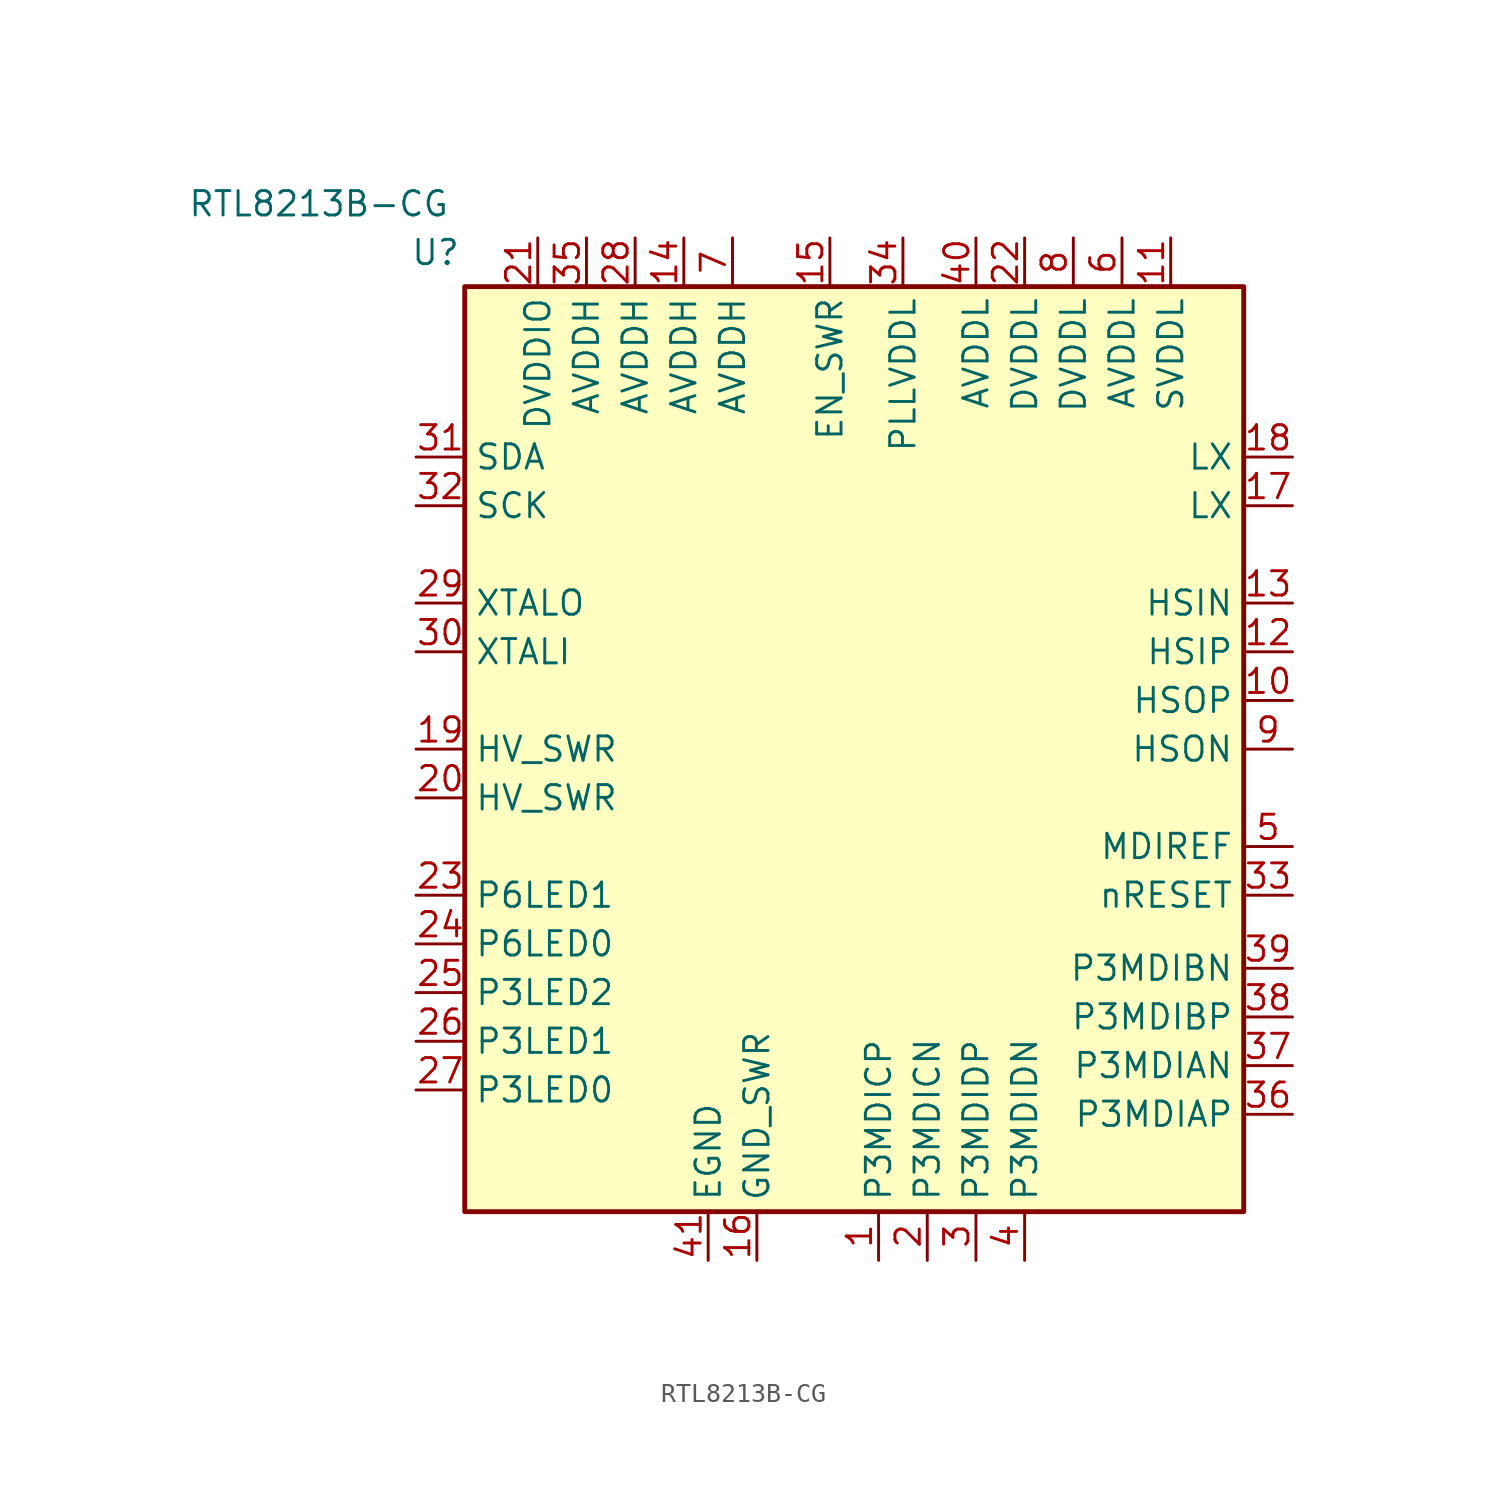
<source format=kicad_sym>
(kicad_symbol_lib
  (version 20231120)
  (generator "kicad_symbol_editor")
  (generator_version "8.0")
  (symbol "RTL8213B-CG"
    (property "Reference" "U"
      (at -23.114 24.638 0)
      (effects (font (size 1.27 1.27))))
    (property "Value" "RTL8213B-CG"
      (at -29.21 27.178 0)
      (effects (font (size 1.27 1.27))))
    (symbol "RTL8213B-CG_1_1"
      (rectangle (start 19.05 -25.4) (end -21.59 22.86) (stroke (width 0.254) (type default)) (fill (type background)))
      (pin bidirectional line (at 0 -27.94 90) (length 2.54) (name "P3MDICP" (effects (font (size 1.27 1.27)))) (number "1" (effects (font (size 1.27 1.27)))))
      (pin output line (at 21.59 1.27 180) (length 2.54) (name "HSOP" (effects (font (size 1.27 1.27)))) (number "10" (effects (font (size 1.27 1.27)))))
      (pin power_in line (at 15.24 25.4 270) (length 2.54) (name "SVDDL" (effects (font (size 1.27 1.27)))) (number "11" (effects (font (size 1.27 1.27)))))
      (pin input line (at 21.59 3.81 180) (length 2.54) (name "HSIP" (effects (font (size 1.27 1.27)))) (number "12" (effects (font (size 1.27 1.27)))))
      (pin input line (at 21.59 6.35 180) (length 2.54) (name "HSIN" (effects (font (size 1.27 1.27)))) (number "13" (effects (font (size 1.27 1.27)))))
      (pin power_in line (at -10.16 25.4 270) (length 2.54) (name "AVDDH" (effects (font (size 1.27 1.27)))) (number "14" (effects (font (size 1.27 1.27)))))
      (pin input line (at -2.54 25.4 270) (length 2.54) (name "EN_SWR" (effects (font (size 1.27 1.27)))) (number "15" (effects (font (size 1.27 1.27)))))
      (pin power_in line (at -6.35 -27.94 90) (length 2.54) (name "GND_SWR" (effects (font (size 1.27 1.27)))) (number "16" (effects (font (size 1.27 1.27)))))
      (pin output line (at 21.59 11.43 180) (length 2.54) (name "LX" (effects (font (size 1.27 1.27)))) (number "17" (effects (font (size 1.27 1.27)))))
      (pin output line (at 21.59 13.97 180) (length 2.54) (name "LX" (effects (font (size 1.27 1.27)))) (number "18" (effects (font (size 1.27 1.27)))))
      (pin power_out line (at -24.13 -1.27 0) (length 2.54) (name "HV_SWR" (effects (font (size 1.27 1.27)))) (number "19" (effects (font (size 1.27 1.27)))))
      (pin bidirectional line (at 2.54 -27.94 90) (length 2.54) (name "P3MDICN" (effects (font (size 1.27 1.27)))) (number "2" (effects (font (size 1.27 1.27)))))
      (pin power_out line (at -24.13 -3.81 0) (length 2.54) (name "HV_SWR" (effects (font (size 1.27 1.27)))) (number "20" (effects (font (size 1.27 1.27)))))
      (pin power_out line (at -17.78 25.4 270) (length 2.54) (name "DVDDIO" (effects (font (size 1.27 1.27)))) (number "21" (effects (font (size 1.27 1.27)))))
      (pin power_out line (at 7.62 25.4 270) (length 2.54) (name "DVDDL" (effects (font (size 1.27 1.27)))) (number "22" (effects (font (size 1.27 1.27)))))
      (pin bidirectional line (at -24.13 -8.89 0) (length 2.54) (name "P6LED1" (effects (font (size 1.27 1.27)))) (number "23" (effects (font (size 1.27 1.27)))))
      (pin bidirectional line (at -24.13 -11.43 0) (length 2.54) (name "P6LED0" (effects (font (size 1.27 1.27)))) (number "24" (effects (font (size 1.27 1.27)))))
      (pin bidirectional line (at -24.13 -13.97 0) (length 2.54) (name "P3LED2" (effects (font (size 1.27 1.27)))) (number "25" (effects (font (size 1.27 1.27)))))
      (pin bidirectional line (at -24.13 -16.51 0) (length 2.54) (name "P3LED1" (effects (font (size 1.27 1.27)))) (number "26" (effects (font (size 1.27 1.27)))))
      (pin bidirectional line (at -24.13 -19.05 0) (length 2.54) (name "P3LED0" (effects (font (size 1.27 1.27)))) (number "27" (effects (font (size 1.27 1.27)))))
      (pin power_in line (at -12.7 25.4 270) (length 2.54) (name "AVDDH" (effects (font (size 1.27 1.27)))) (number "28" (effects (font (size 1.27 1.27)))))
      (pin output line (at -24.13 6.35 0) (length 2.54) (name "XTALO" (effects (font (size 1.27 1.27)))) (number "29" (effects (font (size 1.27 1.27)))))
      (pin bidirectional line (at 5.08 -27.94 90) (length 2.54) (name "P3MDIDP" (effects (font (size 1.27 1.27)))) (number "3" (effects (font (size 1.27 1.27)))))
      (pin input line (at -24.13 3.81 0) (length 2.54) (name "XTALI" (effects (font (size 1.27 1.27)))) (number "30" (effects (font (size 1.27 1.27)))))
      (pin bidirectional line (at -24.13 13.97 0) (length 2.54) (name "SDA" (effects (font (size 1.27 1.27)))) (number "31" (effects (font (size 1.27 1.27)))))
      (pin bidirectional line (at -24.13 11.43 0) (length 2.54) (name "SCK" (effects (font (size 1.27 1.27)))) (number "32" (effects (font (size 1.27 1.27)))))
      (pin input line (at 21.59 -8.89 180) (length 2.54) (name "nRESET" (effects (font (size 1.27 1.27)))) (number "33" (effects (font (size 1.27 1.27)))))
      (pin power_in line (at 1.27 25.4 270) (length 2.54) (name "PLLVDDL" (effects (font (size 1.27 1.27)))) (number "34" (effects (font (size 1.27 1.27)))))
      (pin power_in line (at -15.24 25.4 270) (length 2.54) (name "AVDDH" (effects (font (size 1.27 1.27)))) (number "35" (effects (font (size 1.27 1.27)))))
      (pin bidirectional line (at 21.59 -20.32 180) (length 2.54) (name "P3MDIAP" (effects (font (size 1.27 1.27)))) (number "36" (effects (font (size 1.27 1.27)))))
      (pin bidirectional line (at 21.59 -17.78 180) (length 2.54) (name "P3MDIAN" (effects (font (size 1.27 1.27)))) (number "37" (effects (font (size 1.27 1.27)))))
      (pin bidirectional line (at 21.59 -15.24 180) (length 2.54) (name "P3MDIBP" (effects (font (size 1.27 1.27)))) (number "38" (effects (font (size 1.27 1.27)))))
      (pin bidirectional line (at 21.59 -12.7 180) (length 2.54) (name "P3MDIBN" (effects (font (size 1.27 1.27)))) (number "39" (effects (font (size 1.27 1.27)))))
      (pin bidirectional line (at 7.62 -27.94 90) (length 2.54) (name "P3MDIDN" (effects (font (size 1.27 1.27)))) (number "4" (effects (font (size 1.27 1.27)))))
      (pin power_in line (at 5.08 25.4 270) (length 2.54) (name "AVDDL" (effects (font (size 1.27 1.27)))) (number "40" (effects (font (size 1.27 1.27)))))
      (pin passive line (at -8.89 -27.94 90) (length 2.54) (name "EGND" (effects (font (size 1.27 1.27)))) (number "41" (effects (font (size 1.27 1.27)))))
      (pin output line (at 21.59 -6.35 180) (length 2.54) (name "MDIREF" (effects (font (size 1.27 1.27)))) (number "5" (effects (font (size 1.27 1.27)))))
      (pin power_in line (at 12.7 25.4 270) (length 2.54) (name "AVDDL" (effects (font (size 1.27 1.27)))) (number "6" (effects (font (size 1.27 1.27)))))
      (pin power_in line (at -7.62 25.4 270) (length 2.54) (name "AVDDH" (effects (font (size 1.27 1.27)))) (number "7" (effects (font (size 1.27 1.27)))))
      (pin power_out line (at 10.16 25.4 270) (length 2.54) (name "DVDDL" (effects (font (size 1.27 1.27)))) (number "8" (effects (font (size 1.27 1.27)))))
      (pin output line (at 21.59 -1.27 180) (length 2.54) (name "HSON" (effects (font (size 1.27 1.27)))) (number "9" (effects (font (size 1.27 1.27))))))))
</source>
